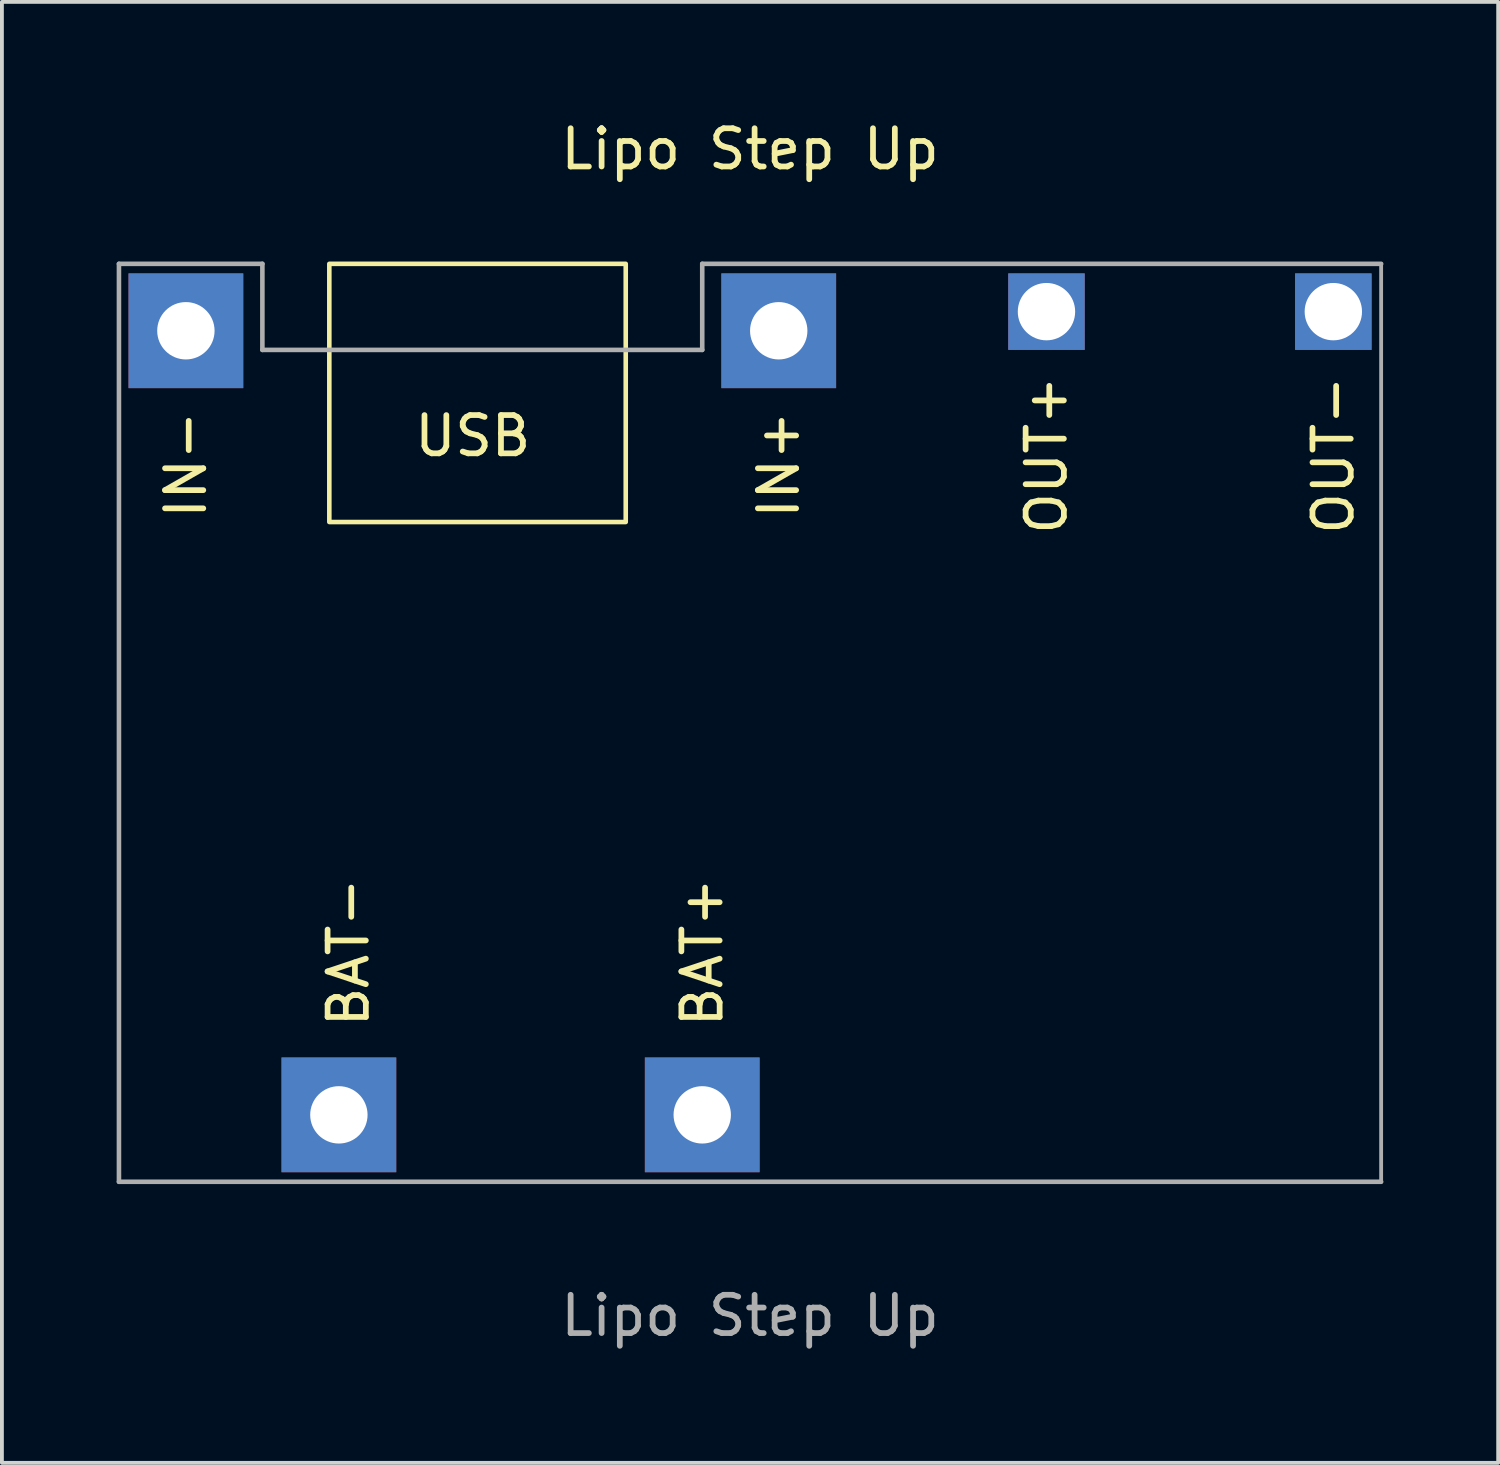
<source format=kicad_pcb>
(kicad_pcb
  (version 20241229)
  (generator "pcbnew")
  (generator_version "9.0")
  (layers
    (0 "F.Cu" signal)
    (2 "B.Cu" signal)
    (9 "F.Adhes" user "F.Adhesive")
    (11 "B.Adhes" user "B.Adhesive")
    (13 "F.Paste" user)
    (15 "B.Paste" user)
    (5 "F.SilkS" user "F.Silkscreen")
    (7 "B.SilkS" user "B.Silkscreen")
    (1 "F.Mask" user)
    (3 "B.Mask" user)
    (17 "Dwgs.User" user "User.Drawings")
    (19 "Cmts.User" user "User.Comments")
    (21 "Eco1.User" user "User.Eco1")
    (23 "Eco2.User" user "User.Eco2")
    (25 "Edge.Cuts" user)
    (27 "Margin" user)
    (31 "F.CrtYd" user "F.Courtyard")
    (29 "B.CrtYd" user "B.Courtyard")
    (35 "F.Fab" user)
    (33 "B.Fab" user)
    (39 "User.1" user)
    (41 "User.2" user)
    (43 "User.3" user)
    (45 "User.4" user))
  (footprint "Lipo Step Up"
    (layer "F.Cu")
    (at 16.56 15.848)
    (property "Reference" "Lipo Step Up" (at 0 -15 0) (unlocked yes) (layer "F.SilkS") (effects (font (size 1 1) (thickness 0.15))))
    (attr through_hole)
    (fp_rect (start -11 -12) (end -3.25 -5.25) (stroke (width 0.12) (type solid)) (fill no) (layer "F.SilkS"))
    (fp_line (start -16.5 -12) (end -16.5 12) (stroke (width 0.12) (type solid)) (layer "F.Fab"))
    (fp_line (start -16.5 -12) (end -12.75 -12) (stroke (width 0.12) (type solid)) (layer "F.Fab"))
    (fp_line (start -16.5 12) (end 16.5 12) (stroke (width 0.12) (type solid)) (layer "F.Fab"))
    (fp_line (start -12.75 -12) (end -12.75 -9.75) (stroke (width 0.12) (type solid)) (layer "F.Fab"))
    (fp_line (start -12.75 -9.75) (end -1.25 -9.75) (stroke (width 0.12) (type solid)) (layer "F.Fab"))
    (fp_line (start -1.25 -12) (end 16.5 -12) (stroke (width 0.12) (type solid)) (layer "F.Fab"))
    (fp_line (start -1.25 -9.75) (end -1.25 -12) (stroke (width 0.12) (type solid)) (layer "F.Fab"))
    (fp_line (start 16.5 12) (end 16.5 -12) (stroke (width 0.1) (type solid)) (layer "F.Fab"))
    (fp_text user "USB" (at -7.25 -7.5 0) (unlocked yes) (layer "F.SilkS") (effects (font (size 1 1) (thickness 0.15))))
    (fp_text user "BAT+" (at -1.25 6 90) (unlocked yes) (layer "F.SilkS") (effects (font (size 1 1) (thickness 0.15))))
    (fp_text user "OUT-" (at 15.25 -7 90) (unlocked yes) (layer "F.SilkS") (effects (font (size 1 1) (thickness 0.15))))
    (fp_text user "IN+" (at 0.75 -6.75 90) (unlocked yes) (layer "F.SilkS") (effects (font (size 1 1) (thickness 0.15))))
    (fp_text user "OUT+" (at 7.75 -7 90) (unlocked yes) (layer "F.SilkS") (effects (font (size 1 1) (thickness 0.15))))
    (fp_text user "IN-" (at -14.75 -6.75 90) (unlocked yes) (layer "F.SilkS") (effects (font (size 1 1) (thickness 0.15))))
    (fp_text user "BAT-" (at -10.5 6 90) (unlocked yes) (layer "F.SilkS") (effects (font (size 1 1) (thickness 0.15))))
    (fp_text user "${REFERENCE}" (at 0 15.5 0) (unlocked yes) (layer "F.Fab") (effects (font (size 1 1) (thickness 0.15))))
    (pad "1" thru_hole rect (at -14.75 -10.25) (size 3 3) (drill 1.5) (layers "*.Cu" "*.Mask"))
    (pad "2" thru_hole rect (at 0.75 -10.25) (size 3 3) (drill 1.5) (layers "*.Cu" "*.Mask"))
    (pad "3" thru_hole rect (at 7.75 -10.75) (size 2 2) (drill 1.5) (layers "*.Cu" "*.Mask"))
    (pad "4" thru_hole rect (at 15.25 -10.75) (size 2 2) (drill 1.5) (layers "*.Cu" "*.Mask"))
    (pad "5" thru_hole rect (at -10.75 10.25) (size 3 3) (drill 1.5) (layers "*.Cu" "*.Mask"))
    (pad "6" thru_hole rect (at -1.25 10.25) (size 3 3) (drill 1.5) (layers "*.Cu" "*.Mask")))
  (gr_rect
    (start -3 -3)
    (end 36.12 35.197)
    (stroke (width 0.1) (type default))
    (fill no)
    (layer "Edge.Cuts")))
</source>
